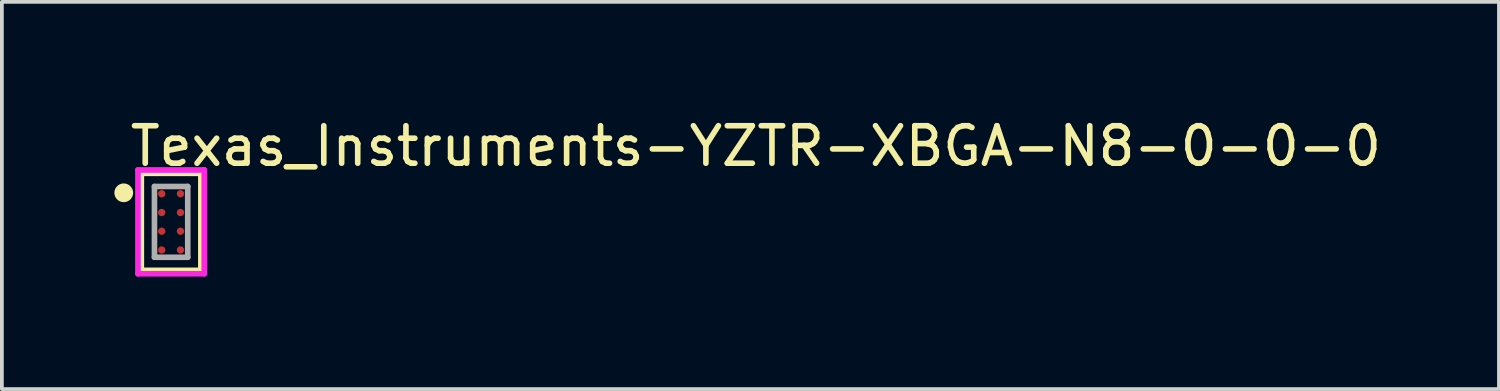
<source format=kicad_pcb>
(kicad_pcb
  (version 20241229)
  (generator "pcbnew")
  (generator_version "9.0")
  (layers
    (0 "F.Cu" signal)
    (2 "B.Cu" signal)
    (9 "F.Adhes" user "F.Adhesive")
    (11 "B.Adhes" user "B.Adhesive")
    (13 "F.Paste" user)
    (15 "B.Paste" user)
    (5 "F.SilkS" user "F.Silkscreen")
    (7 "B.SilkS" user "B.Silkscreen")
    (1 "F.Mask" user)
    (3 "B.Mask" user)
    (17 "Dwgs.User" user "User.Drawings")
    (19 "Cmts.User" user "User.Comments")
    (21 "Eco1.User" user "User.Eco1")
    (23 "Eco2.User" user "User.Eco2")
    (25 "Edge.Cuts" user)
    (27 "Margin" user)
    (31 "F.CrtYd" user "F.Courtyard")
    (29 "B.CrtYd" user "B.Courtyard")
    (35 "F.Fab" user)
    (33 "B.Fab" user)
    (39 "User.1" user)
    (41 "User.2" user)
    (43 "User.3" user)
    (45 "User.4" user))
  (footprint "Texas_Instruments-YZTR-XBGA-N8-0-0-0"
    (layer "F.Cu")
    (at 1.513 2.867)
    (property "Reference" "Texas_Instruments-YZTR-XBGA-N8-0-0-0" (at -1.169 -2.019 0) (layer "F.SilkS") (effects (font (size 1 1) (thickness 0.15)) (justify left)))
    (attr through_hole)
    (fp_line (start -0.794 -1.294) (end 0.794 -1.294) (stroke (width 0.15) (type solid)) (layer "F.SilkS"))
    (fp_line (start -0.794 1.294) (end -0.794 -1.294) (stroke (width 0.15) (type solid)) (layer "F.SilkS"))
    (fp_line (start 0.794 -1.294) (end 0.794 1.294) (stroke (width 0.15) (type solid)) (layer "F.SilkS"))
    (fp_line (start 0.794 1.294) (end -0.794 1.294) (stroke (width 0.15) (type solid)) (layer "F.SilkS"))
    (fp_circle (center -1.263 -0.775) (end -1.138 -0.775) (stroke (width 0.25) (type solid)) (fill no) (layer "F.SilkS"))
    (fp_line (start -0.884 -1.384) (end -0.884 1.384) (stroke (width 0.15) (type solid)) (layer "F.CrtYd"))
    (fp_line (start -0.884 1.384) (end 0.884 1.384) (stroke (width 0.15) (type solid)) (layer "F.CrtYd"))
    (fp_line (start 0.884 -1.384) (end -0.884 -1.384) (stroke (width 0.15) (type solid)) (layer "F.CrtYd"))
    (fp_line (start 0.884 -1.384) (end 0.884 -1.384) (stroke (width 0.15) (type solid)) (layer "F.CrtYd"))
    (fp_line (start 0.884 1.384) (end 0.884 -1.384) (stroke (width 0.15) (type solid)) (layer "F.CrtYd"))
    (fp_line (start -0.444 -0.944) (end 0.444 -0.944) (stroke (width 0.15) (type solid)) (layer "F.Fab"))
    (fp_line (start -0.444 0.944) (end -0.444 -0.944) (stroke (width 0.15) (type solid)) (layer "F.Fab"))
    (fp_line (start 0.444 -0.944) (end 0.444 0.944) (stroke (width 0.15) (type solid)) (layer "F.Fab"))
    (fp_line (start 0.444 0.944) (end -0.444 0.944) (stroke (width 0.15) (type solid)) (layer "F.Fab"))
    (pad "A1" smd circle (at -0.25 -0.75) (size 0.196 0.196) (layers "F.Cu" "F.Mask" "F.Paste"))
    (pad "A2" smd circle (at 0.25 -0.75) (size 0.196 0.196) (layers "F.Cu" "F.Mask" "F.Paste"))
    (pad "B1" smd circle (at -0.25 -0.25) (size 0.196 0.196) (layers "F.Cu" "F.Mask" "F.Paste"))
    (pad "B2" smd circle (at 0.25 -0.25) (size 0.196 0.196) (layers "F.Cu" "F.Mask" "F.Paste"))
    (pad "C1" smd circle (at -0.25 0.25) (size 0.196 0.196) (layers "F.Cu" "F.Mask" "F.Paste"))
    (pad "C2" smd circle (at 0.25 0.25) (size 0.196 0.196) (layers "F.Cu" "F.Mask" "F.Paste"))
    (pad "D1" smd circle (at -0.25 0.75) (size 0.196 0.196) (layers "F.Cu" "F.Mask" "F.Paste"))
    (pad "D2" smd circle (at 0.25 0.75) (size 0.196 0.196) (layers "F.Cu" "F.Mask" "F.Paste")))
  (gr_rect
    (start -3 -3)
    (end 36.927 7.326)
    (stroke (width 0.1) (type default))
    (fill no)
    (layer "Edge.Cuts")))
</source>
